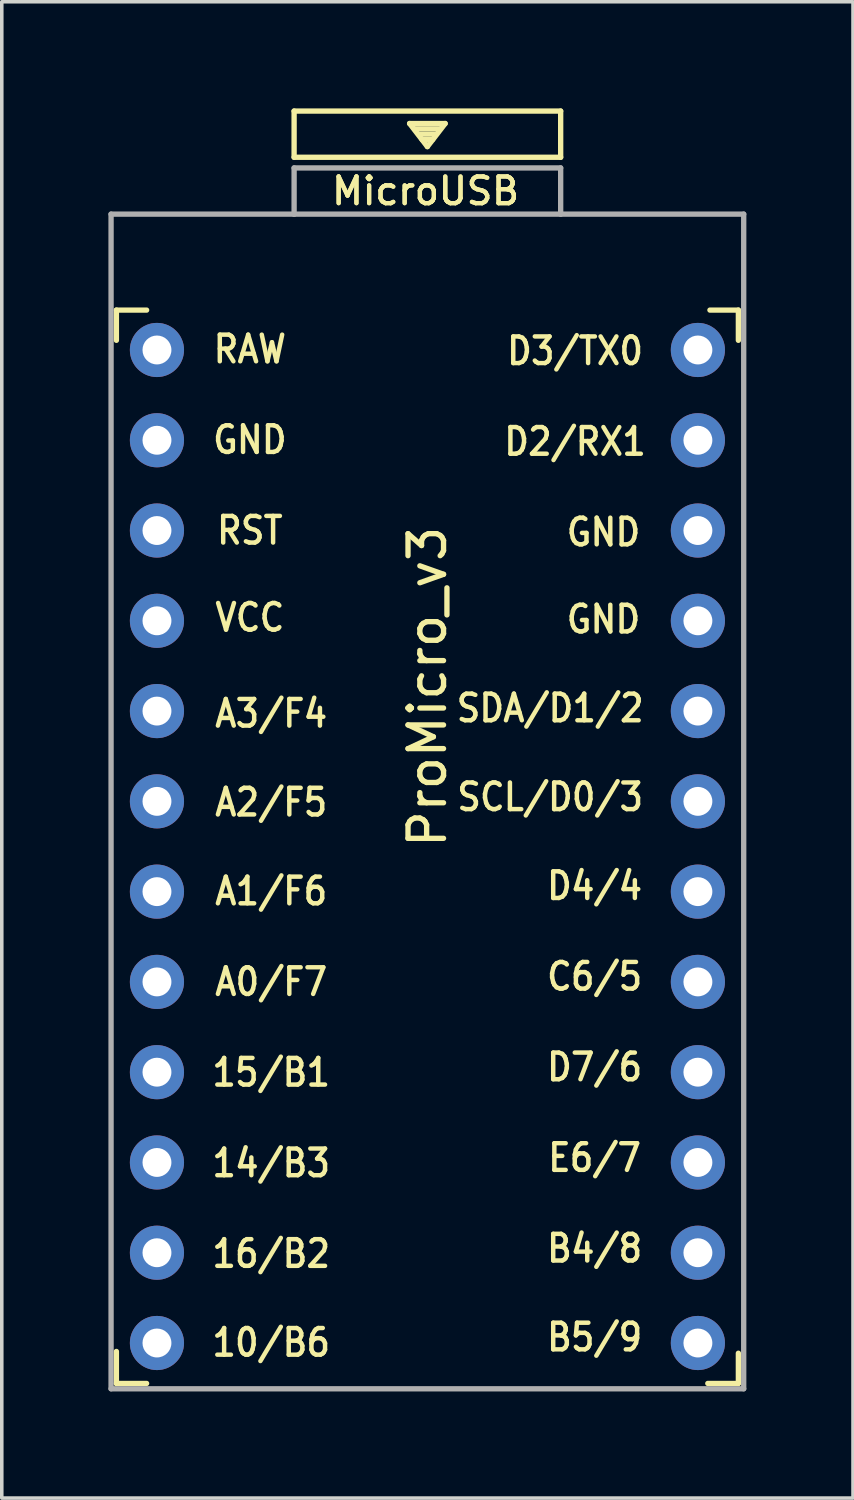
<source format=kicad_pcb>
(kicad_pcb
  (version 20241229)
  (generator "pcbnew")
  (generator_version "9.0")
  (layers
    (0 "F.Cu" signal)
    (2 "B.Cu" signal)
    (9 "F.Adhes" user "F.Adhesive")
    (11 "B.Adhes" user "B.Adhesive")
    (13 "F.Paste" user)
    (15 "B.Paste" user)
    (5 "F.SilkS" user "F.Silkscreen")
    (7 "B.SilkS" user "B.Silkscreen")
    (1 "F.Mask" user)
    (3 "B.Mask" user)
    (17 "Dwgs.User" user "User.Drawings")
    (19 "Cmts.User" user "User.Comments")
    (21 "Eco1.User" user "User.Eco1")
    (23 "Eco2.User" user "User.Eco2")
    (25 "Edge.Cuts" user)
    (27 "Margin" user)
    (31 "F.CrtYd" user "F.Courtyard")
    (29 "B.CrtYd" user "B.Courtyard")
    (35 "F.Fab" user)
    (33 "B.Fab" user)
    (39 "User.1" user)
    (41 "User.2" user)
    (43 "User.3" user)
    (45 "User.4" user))
  (footprint "ProMicro_v3"
    (layer "F.Cu")
    (at 8.975 21.275)
    (property "Reference" "ProMicro_v3" (at 0 -5 270) (layer "F.SilkS") (effects (font (size 1 1) (thickness 0.15))))
    (attr through_hole)
    (fp_line (start -8.75 -15.6) (end -8.75 -14.75) (stroke (width 0.15) (type solid)) (layer "F.SilkS"))
    (fp_line (start -8.75 -15.6) (end -7.9 -15.6) (stroke (width 0.15) (type solid)) (layer "F.SilkS"))
    (fp_line (start -8.75 13.7) (end -8.75 14.6) (stroke (width 0.15) (type solid)) (layer "F.SilkS"))
    (fp_line (start -8.75 14.6) (end -7.9 14.6) (stroke (width 0.15) (type solid)) (layer "F.SilkS"))
    (fp_line (start -3.75 -21.2) (end -3.75 -19.9) (stroke (width 0.15) (type solid)) (layer "F.SilkS"))
    (fp_line (start -3.75 -19.9) (end 3.75 -19.9) (stroke (width 0.15) (type solid)) (layer "F.SilkS"))
    (fp_line (start -0.5 -20.85) (end 0.5 -20.85) (stroke (width 0.15) (type solid)) (layer "F.SilkS"))
    (fp_line (start -0.35 -20.7) (end 0.35 -20.7) (stroke (width 0.15) (type solid)) (layer "F.SilkS"))
    (fp_line (start -0.25 -20.55) (end 0.25 -20.55) (stroke (width 0.15) (type solid)) (layer "F.SilkS"))
    (fp_line (start -0.15 -20.4) (end 0.15 -20.4) (stroke (width 0.15) (type solid)) (layer "F.SilkS"))
    (fp_line (start 0 -20.2) (end -0.5 -20.85) (stroke (width 0.15) (type solid)) (layer "F.SilkS"))
    (fp_line (start 0.5 -20.85) (end 0 -20.2) (stroke (width 0.15) (type solid)) (layer "F.SilkS"))
    (fp_line (start 3.75 -21.2) (end -3.75 -21.2) (stroke (width 0.15) (type solid)) (layer "F.SilkS"))
    (fp_line (start 3.75 -19.9) (end 3.75 -21.2) (stroke (width 0.15) (type solid)) (layer "F.SilkS"))
    (fp_line (start 8.75 -15.6) (end 7.95 -15.6) (stroke (width 0.15) (type solid)) (layer "F.SilkS"))
    (fp_line (start 8.75 -15.6) (end 8.75 -14.75) (stroke (width 0.15) (type solid)) (layer "F.SilkS"))
    (fp_line (start 8.75 13.75) (end 8.75 14.6) (stroke (width 0.15) (type solid)) (layer "F.SilkS"))
    (fp_line (start 8.75 14.6) (end 7.89 14.6) (stroke (width 0.15) (type solid)) (layer "F.SilkS"))
    (fp_line (start -8.9 -18.3) (end -3.75 -18.3) (stroke (width 0.15) (type solid)) (layer "F.Fab"))
    (fp_line (start -8.9 14.75) (end -8.9 -18.3) (stroke (width 0.15) (type solid)) (layer "F.Fab"))
    (fp_line (start -3.75 -19.6) (end -3.75 -18.299) (stroke (width 0.15) (type solid)) (layer "F.Fab"))
    (fp_line (start -3.75 -19.6) (end 3.75 -19.6) (stroke (width 0.15) (type solid)) (layer "F.Fab"))
    (fp_line (start -3.75 -18.3) (end 3.75 -18.3) (stroke (width 0.15) (type solid)) (layer "F.Fab"))
    (fp_line (start 3.75 -19.6) (end 3.75 -18.3) (stroke (width 0.15) (type solid)) (layer "F.Fab"))
    (fp_line (start 3.76 -18.3) (end 8.9 -18.3) (stroke (width 0.15) (type solid)) (layer "F.Fab"))
    (fp_line (start 8.9 -18.3) (end 8.9 14.75) (stroke (width 0.15) (type solid)) (layer "F.Fab"))
    (fp_line (start 8.9 14.75) (end -8.9 14.75) (stroke (width 0.15) (type solid)) (layer "F.Fab"))
    (fp_text user "14/B3" (at -4.395 8.4 0) (unlocked yes) (layer "F.SilkS") (effects (font (size 0.75 0.67) (thickness 0.125))))
    (fp_text user "GND" (at 4.955 -9.35 0) (unlocked yes) (layer "F.SilkS") (effects (font (size 0.75 0.67) (thickness 0.125))))
    (fp_text user "SCL/D0/3" (at 3.455 -1.9 0) (unlocked yes) (layer "F.SilkS") (effects (font (size 0.75 0.67) (thickness 0.125))))
    (fp_text user "D4/4" (at 4.705 0.6 0) (unlocked yes) (layer "F.SilkS") (effects (font (size 0.75 0.67) (thickness 0.125))))
    (fp_text user "A0/F7" (at -4.395 3.3 0) (unlocked yes) (layer "F.SilkS") (effects (font (size 0.75 0.67) (thickness 0.125))))
    (fp_text user "16/B2" (at -4.395 10.95 0) (unlocked yes) (layer "F.SilkS") (effects (font (size 0.75 0.67) (thickness 0.125))))
    (fp_text user "RAW" (at -4.995 -14.5 0) (unlocked yes) (layer "F.SilkS") (effects (font (size 0.75 0.67) (thickness 0.125))))
    (fp_text user "SDA/D1/2" (at 3.455 -4.4 0) (unlocked yes) (layer "F.SilkS") (effects (font (size 0.75 0.67) (thickness 0.125))))
    (fp_text user "10/B6" (at -4.395 13.45 0) (unlocked yes) (layer "F.SilkS") (effects (font (size 0.75 0.67) (thickness 0.125))))
    (fp_text user "C6/5" (at 4.705 3.15 0) (unlocked yes) (layer "F.SilkS") (effects (font (size 0.75 0.67) (thickness 0.125))))
    (fp_text user "B5/9" (at 4.705 13.3 0) (unlocked yes) (layer "F.SilkS") (effects (font (size 0.75 0.67) (thickness 0.125))))
    (fp_text user "D3/TX0" (at 4.155 -14.45 0) (unlocked yes) (layer "F.SilkS") (effects (font (size 0.75 0.67) (thickness 0.125))))
    (fp_text user "RST" (at -4.995 -9.4 0) (unlocked yes) (layer "F.SilkS") (effects (font (size 0.75 0.67) (thickness 0.125))))
    (fp_text user "MicroUSB" (at -0.05 -18.95 0) (layer "F.SilkS") (effects (font (size 0.75 0.75) (thickness 0.12))))
    (fp_text user "D2/RX1" (at 4.155 -11.9 0) (unlocked yes) (layer "F.SilkS") (effects (font (size 0.75 0.67) (thickness 0.125))))
    (fp_text user "A1/F6" (at -4.395 0.75 0) (unlocked yes) (layer "F.SilkS") (effects (font (size 0.75 0.67) (thickness 0.125))))
    (fp_text user "VCC" (at -4.995 -6.95 0) (unlocked yes) (layer "F.SilkS") (effects (font (size 0.75 0.67) (thickness 0.125))))
    (fp_text user "B4/8" (at 4.705 10.8 0) (unlocked yes) (layer "F.SilkS") (effects (font (size 0.75 0.67) (thickness 0.125))))
    (fp_text user "D7/6" (at 4.705 5.7 0) (unlocked yes) (layer "F.SilkS") (effects (font (size 0.75 0.67) (thickness 0.125))))
    (fp_text user "MicroUSB" (at -0.05 -18.95 0) (layer "F.SilkS") (effects (font (size 0.75 0.75) (thickness 0.12))))
    (fp_text user "E6/7" (at 4.705 8.25 0) (unlocked yes) (layer "F.SilkS") (effects (font (size 0.75 0.67) (thickness 0.125))))
    (fp_text user "GND" (at 4.955 -6.9 0) (unlocked yes) (layer "F.SilkS") (effects (font (size 0.75 0.67) (thickness 0.125))))
    (fp_text user "15/B1" (at -4.395 5.85 0) (unlocked yes) (layer "F.SilkS") (effects (font (size 0.75 0.67) (thickness 0.125))))
    (fp_text user "A3/F4" (at -4.395 -4.25 0) (unlocked yes) (layer "F.SilkS") (effects (font (size 0.75 0.67) (thickness 0.125))))
    (fp_text user "GND" (at -4.995 -11.95 0) (unlocked yes) (layer "F.SilkS") (effects (font (size 0.75 0.67) (thickness 0.125))))
    (fp_text user "A2/F5" (at -4.395 -1.75 0) (unlocked yes) (layer "F.SilkS") (effects (font (size 0.75 0.67) (thickness 0.125))))
    (pad "1" thru_hole circle (at 7.611 -14.478) (size 1.524 1.524) (drill 0.813) (layers "*.Cu" "B.Mask"))
    (pad "2" thru_hole circle (at 7.611 -11.938) (size 1.524 1.524) (drill 0.813) (layers "*.Cu" "B.Mask"))
    (pad "3" thru_hole circle (at 7.611 -9.398) (size 1.524 1.524) (drill 0.813) (layers "*.Cu" "B.Mask"))
    (pad "4" thru_hole circle (at 7.611 -6.858) (size 1.524 1.524) (drill 0.813) (layers "*.Cu" "B.Mask"))
    (pad "5" thru_hole circle (at 7.611 -4.318) (size 1.524 1.524) (drill 0.813) (layers "*.Cu" "B.Mask"))
    (pad "6" thru_hole circle (at 7.611 -1.778) (size 1.524 1.524) (drill 0.813) (layers "*.Cu" "B.Mask"))
    (pad "7" thru_hole circle (at 7.611 0.762) (size 1.524 1.524) (drill 0.813) (layers "*.Cu" "B.Mask"))
    (pad "8" thru_hole circle (at 7.611 3.302) (size 1.524 1.524) (drill 0.813) (layers "*.Cu" "B.Mask"))
    (pad "9" thru_hole circle (at 7.611 5.842) (size 1.524 1.524) (drill 0.813) (layers "*.Cu" "B.Mask"))
    (pad "10" thru_hole circle (at 7.611 8.382) (size 1.524 1.524) (drill 0.813) (layers "*.Cu" "B.Mask"))
    (pad "11" thru_hole circle (at 7.611 10.922) (size 1.524 1.524) (drill 0.813) (layers "*.Cu" "B.Mask"))
    (pad "12" thru_hole circle (at 7.611 13.462) (size 1.524 1.524) (drill 0.813) (layers "*.Cu" "B.Mask"))
    (pad "13" thru_hole circle (at -7.609 13.462) (size 1.524 1.524) (drill 0.813) (layers "*.Cu" "B.Mask"))
    (pad "14" thru_hole circle (at -7.609 10.922) (size 1.524 1.524) (drill 0.813) (layers "*.Cu" "B.Mask"))
    (pad "15" thru_hole circle (at -7.609 8.382) (size 1.524 1.524) (drill 0.813) (layers "*.Cu" "B.Mask"))
    (pad "16" thru_hole circle (at -7.609 5.842) (size 1.524 1.524) (drill 0.813) (layers "*.Cu" "B.Mask"))
    (pad "17" thru_hole circle (at -7.609 3.302) (size 1.524 1.524) (drill 0.813) (layers "*.Cu" "B.Mask"))
    (pad "18" thru_hole circle (at -7.609 0.762) (size 1.524 1.524) (drill 0.813) (layers "*.Cu" "B.Mask"))
    (pad "19" thru_hole circle (at -7.609 -1.778) (size 1.524 1.524) (drill 0.813) (layers "*.Cu" "B.Mask"))
    (pad "20" thru_hole circle (at -7.609 -4.318) (size 1.524 1.524) (drill 0.813) (layers "*.Cu" "B.Mask"))
    (pad "21" thru_hole circle (at -7.609 -6.858) (size 1.524 1.524) (drill 0.813) (layers "*.Cu" "B.Mask"))
    (pad "22" thru_hole circle (at -7.609 -9.398) (size 1.524 1.524) (drill 0.813) (layers "*.Cu" "B.Mask"))
    (pad "23" thru_hole circle (at -7.609 -11.938) (size 1.524 1.524) (drill 0.813) (layers "*.Cu" "B.Mask"))
    (pad "24" thru_hole circle (at -7.609 -14.478) (size 1.524 1.524) (drill 0.813) (layers "*.Cu" "B.Mask")))
  (gr_rect
    (start -3 -3)
    (end 20.95 39.1)
    (stroke (width 0.1) (type default))
    (fill no)
    (layer "Edge.Cuts")))
</source>
